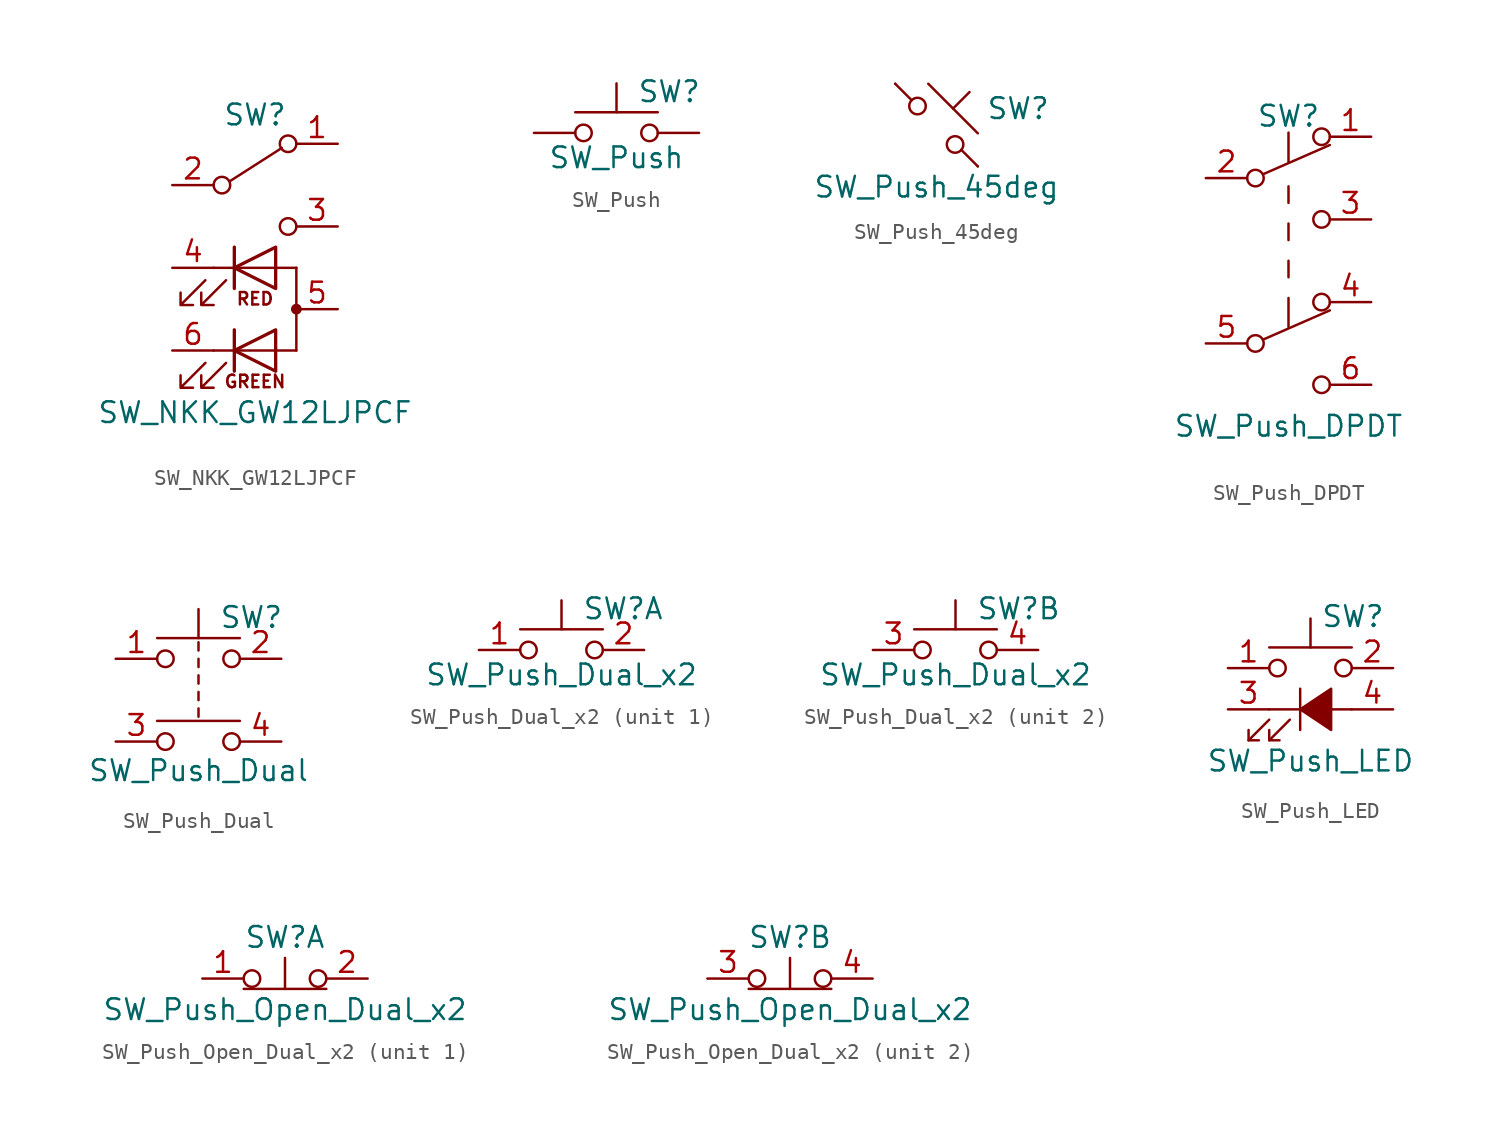
<source format=kicad_sym>
(kicad_symbol_lib
  (version 20201005)
  (generator kicad_symbol_editor)
  (symbol "SW_NKK_GW12LJPCF"
    (pin_names
      (offset 1.016) hide)
    (property "Reference" "SW"
      (at 0 9.398 0)
      (effects (font (size 1.27 1.27))))
    (property "Value" "SW_NKK_GW12LJPCF"
      (at 0 -8.89 0)
      (effects (font (size 1.27 1.27))))
    (symbol "SW_NKK_GW12LJPCF_0_0"
      (circle (center -2.032 5.08) (radius 0.508) (stroke (width 0)) (fill (type none)))
      (circle (center 2.032 2.54) (radius 0.508) (stroke (width 0)) (fill (type none)))
      (text "GREEN" (at 0 -6.985 0) (effects (font (size 0.762 0.762))))
      (text "RED" (at 0 -1.905 0) (effects (font (size 0.762 0.762))))
      (polyline (pts (xy -2.54 -5.08) (xy 2.54 -5.08)) (stroke (width 0)) (fill (type none)))
      (polyline (pts (xy -2.54 0) (xy 2.54 0)) (stroke (width 0)) (fill (type none))))
    (symbol "SW_NKK_GW12LJPCF_0_1"
      (circle (center 2.032 7.62) (radius 0.508) (stroke (width 0)) (fill (type none)))
      (circle (center 2.54 -2.54) (radius 0.254) (stroke (width 0)) (fill (type outline)))
      (polyline (pts (xy -1.524 5.334) (xy 1.651 7.366)) (stroke (width 0)) (fill (type none)))
      (polyline (pts (xy -1.27 -6.35) (xy -1.27 -3.81)) (stroke (width 0.203)) (fill (type none)))
      (polyline (pts (xy -1.27 -1.27) (xy -1.27 1.27)) (stroke (width 0.203)) (fill (type none)))
      (polyline (pts (xy 2.54 0) (xy 2.54 -5.08)) (stroke (width 0)) (fill (type none)))
      (polyline (pts (xy 1.27 -6.35) (xy 1.27 -3.81) (xy -1.27 -5.08) (xy 1.27 -6.35)) (stroke (width 0.203)) (fill (type none)))
      (polyline (pts (xy 1.27 -1.27) (xy 1.27 1.27) (xy -1.27 0) (xy 1.27 -1.27)) (stroke (width 0.203)) (fill (type none)))
      (polyline (pts (xy -3.048 -5.842) (xy -4.572 -7.366) (xy -3.81 -7.366) (xy -4.572 -7.366) (xy -4.572 -6.604)) (stroke (width 0)) (fill (type none)))
      (polyline (pts (xy -3.048 -0.762) (xy -4.572 -2.286) (xy -3.81 -2.286) (xy -4.572 -2.286) (xy -4.572 -1.524)) (stroke (width 0)) (fill (type none)))
      (polyline (pts (xy -1.778 -5.842) (xy -3.302 -7.366) (xy -2.54 -7.366) (xy -3.302 -7.366) (xy -3.302 -6.604)) (stroke (width 0)) (fill (type none)))
      (polyline (pts (xy -1.778 -0.762) (xy -3.302 -2.286) (xy -2.54 -2.286) (xy -3.302 -2.286) (xy -3.302 -1.524)) (stroke (width 0)) (fill (type none)))
      (pin passive line (at -5.08 0 0) (length 2.54) (name "KR" (effects (font (size 1.27 1.27)))) (number "4" (effects (font (size 1.27 1.27)))))
      (pin passive line (at 5.08 -2.54 180) (length 2.54) (name "A" (effects (font (size 1.27 1.27)))) (number "5" (effects (font (size 1.27 1.27)))))
      (pin passive line (at -5.08 -5.08 0) (length 2.54) (name "KG" (effects (font (size 1.27 1.27)))) (number "6" (effects (font (size 1.27 1.27))))))
    (symbol "SW_NKK_GW12LJPCF_1_1"
      (pin passive line (at 5.08 7.62 180) (length 2.54) (name "A" (effects (font (size 1.27 1.27)))) (number "1" (effects (font (size 1.27 1.27)))))
      (pin passive line (at -5.08 5.08 0) (length 2.54) (name "B" (effects (font (size 1.27 1.27)))) (number "2" (effects (font (size 1.27 1.27)))))
      (pin passive line (at 5.08 2.54 180) (length 2.54) (name "C" (effects (font (size 1.27 1.27)))) (number "3" (effects (font (size 1.27 1.27)))))))
  (symbol "SW_Push"
    (pin_numbers hide)
    (pin_names
      (offset 1.016) hide)
    (property "Reference" "SW"
      (at 1.27 2.54 0)
      (effects (font (size 1.27 1.27)) (justify left)))
    (property "Value" "SW_Push"
      (at 0 -1.524 0)
      (effects (font (size 1.27 1.27))))
    (symbol "SW_Push_0_1"
      (circle (center -2.032 0) (radius 0.508) (stroke (width 0)) (fill (type none)))
      (circle (center 2.032 0) (radius 0.508) (stroke (width 0)) (fill (type none)))
      (polyline (pts (xy 0 1.27) (xy 0 3.048)) (stroke (width 0)) (fill (type none)))
      (polyline (pts (xy 2.54 1.27) (xy -2.54 1.27)) (stroke (width 0)) (fill (type none)))
      (pin passive line (at -5.08 0 0) (length 2.54) (name "1" (effects (font (size 1.27 1.27)))) (number "1" (effects (font (size 1.27 1.27)))))
      (pin passive line (at 5.08 0 180) (length 2.54) (name "2" (effects (font (size 1.27 1.27)))) (number "2" (effects (font (size 1.27 1.27)))))))
  (symbol "SW_Push_45deg"
    (pin_numbers hide)
    (pin_names
      (offset 1.016) hide)
    (property "Reference" "SW"
      (at 3.048 1.016 0)
      (effects (font (size 1.27 1.27)) (justify left)))
    (property "Value" "SW_Push_45deg"
      (at 0 -3.81 0)
      (effects (font (size 1.27 1.27))))
    (symbol "SW_Push_45deg_0_1"
      (circle (center -1.168 1.168) (radius 0.508) (stroke (width 0)) (fill (type none)))
      (circle (center 1.143 -1.194) (radius 0.508) (stroke (width 0)) (fill (type none)))
      (polyline (pts (xy -0.508 2.54) (xy 2.54 -0.508)) (stroke (width 0)) (fill (type none)))
      (polyline (pts (xy 1.016 1.016) (xy 2.032 2.032)) (stroke (width 0)) (fill (type none)))
      (polyline (pts (xy -2.54 2.54) (xy -1.524 1.524) (xy -1.524 1.524)) (stroke (width 0)) (fill (type none)))
      (polyline (pts (xy 1.524 -1.524) (xy 2.54 -2.54) (xy 2.54 -2.54) (xy 2.54 -2.54)) (stroke (width 0)) (fill (type none)))
      (pin passive line (at -2.54 2.54 0) (length 0) (name "1" (effects (font (size 1.27 1.27)))) (number "1" (effects (font (size 1.27 1.27)))))
      (pin passive line (at 2.54 -2.54 180) (length 0) (name "2" (effects (font (size 1.27 1.27)))) (number "2" (effects (font (size 1.27 1.27)))))))
  (symbol "SW_Push_DPDT"
    (pin_names
      (offset 0) hide)
    (property "Reference" "SW"
      (at 0 8.89 0)
      (effects (font (size 1.27 1.27))))
    (property "Value" "SW_Push_DPDT"
      (at 0 -10.16 0)
      (effects (font (size 1.27 1.27))))
    (symbol "SW_Push_DPDT_0_0"
      (circle (center -2.032 -5.08) (radius 0.508) (stroke (width 0)) (fill (type none)))
      (circle (center -2.032 5.08) (radius 0.508) (stroke (width 0)) (fill (type none)))
      (circle (center 2.032 -7.62) (radius 0.508) (stroke (width 0)) (fill (type none)))
      (circle (center 2.032 2.54) (radius 0.508) (stroke (width 0)) (fill (type none))))
    (symbol "SW_Push_DPDT_0_1"
      (circle (center 2.032 -2.54) (radius 0.508) (stroke (width 0)) (fill (type none)))
      (circle (center 2.032 7.62) (radius 0.508) (stroke (width 0)) (fill (type none)))
      (polyline (pts (xy -1.524 -4.826) (xy 2.54 -3.048)) (stroke (width 0)) (fill (type none)))
      (polyline (pts (xy -1.524 5.334) (xy 2.54 7.112)) (stroke (width 0)) (fill (type none)))
      (polyline (pts (xy 0 -2.286) (xy 0 -4.064)) (stroke (width 0)) (fill (type none)))
      (polyline (pts (xy 0 -1.016) (xy 0 0)) (stroke (width 0)) (fill (type none)))
      (polyline (pts (xy 0 1.27) (xy 0 2.286)) (stroke (width 0)) (fill (type none)))
      (polyline (pts (xy 0 3.556) (xy 0 4.572)) (stroke (width 0)) (fill (type none)))
      (polyline (pts (xy 0 7.874) (xy 0 6.096)) (stroke (width 0)) (fill (type none))))
    (symbol "SW_Push_DPDT_1_1"
      (pin passive line (at 5.08 7.62 180) (length 2.54) (name "A" (effects (font (size 1.27 1.27)))) (number "1" (effects (font (size 1.27 1.27)))))
      (pin passive line (at -5.08 5.08 0) (length 2.54) (name "B" (effects (font (size 1.27 1.27)))) (number "2" (effects (font (size 1.27 1.27)))))
      (pin passive line (at 5.08 2.54 180) (length 2.54) (name "C" (effects (font (size 1.27 1.27)))) (number "3" (effects (font (size 1.27 1.27)))))
      (pin passive line (at 5.08 -2.54 180) (length 2.54) (name "A" (effects (font (size 1.27 1.27)))) (number "4" (effects (font (size 1.27 1.27)))))
      (pin passive line (at -5.08 -5.08 0) (length 2.54) (name "B" (effects (font (size 1.27 1.27)))) (number "5" (effects (font (size 1.27 1.27)))))
      (pin passive line (at 5.08 -7.62 180) (length 2.54) (name "C" (effects (font (size 1.27 1.27)))) (number "6" (effects (font (size 1.27 1.27)))))))
  (symbol "SW_Push_Dual"
    (pin_names
      (offset 1.016) hide)
    (property "Reference" "SW"
      (at 1.27 2.54 0)
      (effects (font (size 1.27 1.27)) (justify left)))
    (property "Value" "SW_Push_Dual"
      (at 0 -6.858 0)
      (effects (font (size 1.27 1.27))))
    (symbol "SW_Push_Dual_0_1"
      (circle (center -2.032 -5.08) (radius 0.508) (stroke (width 0)) (fill (type none)))
      (circle (center -2.032 0) (radius 0.508) (stroke (width 0)) (fill (type none)))
      (circle (center 2.032 -5.08) (radius 0.508) (stroke (width 0)) (fill (type none)))
      (circle (center 2.032 0) (radius 0.508) (stroke (width 0)) (fill (type none)))
      (polyline (pts (xy 0 -3.048) (xy 0 -3.556)) (stroke (width 0)) (fill (type none)))
      (polyline (pts (xy 0 -2.032) (xy 0 -2.54)) (stroke (width 0)) (fill (type none)))
      (polyline (pts (xy 0 -1.524) (xy 0 -1.016)) (stroke (width 0)) (fill (type none)))
      (polyline (pts (xy 0 -0.508) (xy 0 0)) (stroke (width 0)) (fill (type none)))
      (polyline (pts (xy 0 0.508) (xy 0 1.016)) (stroke (width 0)) (fill (type none)))
      (polyline (pts (xy 0 1.27) (xy 0 3.048)) (stroke (width 0)) (fill (type none)))
      (polyline (pts (xy 2.54 -3.81) (xy -2.54 -3.81)) (stroke (width 0)) (fill (type none)))
      (polyline (pts (xy 2.54 1.27) (xy -2.54 1.27)) (stroke (width 0)) (fill (type none)))
      (pin passive line (at -5.08 0 0) (length 2.54) (name "1" (effects (font (size 1.27 1.27)))) (number "1" (effects (font (size 1.27 1.27)))))
      (pin passive line (at 5.08 0 180) (length 2.54) (name "2" (effects (font (size 1.27 1.27)))) (number "2" (effects (font (size 1.27 1.27)))))
      (pin passive line (at -5.08 -5.08 0) (length 2.54) (name "3" (effects (font (size 1.27 1.27)))) (number "3" (effects (font (size 1.27 1.27)))))
      (pin passive line (at 5.08 -5.08 180) (length 2.54) (name "4" (effects (font (size 1.27 1.27)))) (number "4" (effects (font (size 1.27 1.27)))))))
  (symbol "SW_Push_Dual_x2"
    (pin_names
      (offset 1.016) hide)
    (property "Reference" "SW"
      (at 1.27 2.54 0)
      (effects (font (size 1.27 1.27)) (justify left)))
    (property "Value" "SW_Push_Dual_x2"
      (at 0 -1.524 0)
      (effects (font (size 1.27 1.27))))
    (symbol "SW_Push_Dual_x2_0_1"
      (circle (center -2.032 0) (radius 0.508) (stroke (width 0)) (fill (type none)))
      (circle (center 2.032 0) (radius 0.508) (stroke (width 0)) (fill (type none)))
      (polyline (pts (xy 0 1.27) (xy 0 3.048)) (stroke (width 0)) (fill (type none)))
      (polyline (pts (xy 2.54 1.27) (xy -2.54 1.27)) (stroke (width 0)) (fill (type none))))
    (symbol "SW_Push_Dual_x2_1_1"
      (pin passive line (at -5.08 0 0) (length 2.54) (name "C" (effects (font (size 1.27 1.27)))) (number "1" (effects (font (size 1.27 1.27)))))
      (pin passive line (at 5.08 0 180) (length 2.54) (name "D" (effects (font (size 1.27 1.27)))) (number "2" (effects (font (size 1.27 1.27))))))
    (symbol "SW_Push_Dual_x2_2_1"
      (pin passive line (at -5.08 0 0) (length 2.54) (name "C" (effects (font (size 1.27 1.27)))) (number "3" (effects (font (size 1.27 1.27)))))
      (pin passive line (at 5.08 0 180) (length 2.54) (name "D" (effects (font (size 1.27 1.27)))) (number "4" (effects (font (size 1.27 1.27)))))))
  (symbol "SW_Push_LED"
    (pin_names
      (offset 1.016) hide)
    (property "Reference" "SW"
      (at 0.635 5.715 0)
      (effects (font (size 1.27 1.27)) (justify left)))
    (property "Value" "SW_Push_LED"
      (at 0 -3.175 0)
      (effects (font (size 1.27 1.27))))
    (symbol "SW_Push_LED_0_0"
      (polyline (pts (xy -3.81 -1.905) (xy -2.54 -0.635)) (stroke (width 0)) (fill (type none)))
      (polyline (pts (xy -2.54 -1.905) (xy -1.27 -0.635)) (stroke (width 0)) (fill (type none)))
      (polyline (pts (xy -2.54 0) (xy 2.54 0)) (stroke (width 0)) (fill (type none)))
      (polyline (pts (xy -0.635 1.27) (xy -0.635 -1.27)) (stroke (width 0)) (fill (type none)))
      (polyline (pts (xy -3.81 -1.27) (xy -3.81 -1.905) (xy -3.175 -1.905)) (stroke (width 0)) (fill (type none)))
      (polyline (pts (xy -2.54 -1.27) (xy -2.54 -1.905) (xy -1.905 -1.905)) (stroke (width 0)) (fill (type none)))
      (polyline (pts (xy -0.635 0) (xy 1.27 1.27) (xy 1.27 -1.27) (xy -0.635 0)) (stroke (width 0)) (fill (type outline))))
    (symbol "SW_Push_LED_0_1"
      (circle (center -2.032 2.54) (radius 0.508) (stroke (width 0)) (fill (type none)))
      (circle (center 2.032 2.54) (radius 0.508) (stroke (width 0)) (fill (type none)))
      (polyline (pts (xy 0 3.81) (xy 0 5.588)) (stroke (width 0)) (fill (type none)))
      (polyline (pts (xy 2.54 3.81) (xy -2.54 3.81)) (stroke (width 0)) (fill (type none)))
      (pin passive line (at -5.08 2.54 0) (length 2.54) (name "1" (effects (font (size 1.27 1.27)))) (number "1" (effects (font (size 1.27 1.27)))))
      (pin passive line (at 5.08 2.54 180) (length 2.54) (name "2" (effects (font (size 1.27 1.27)))) (number "2" (effects (font (size 1.27 1.27)))))
      (pin passive line (at -5.08 0 0) (length 2.54) (name "K" (effects (font (size 1.27 1.27)))) (number "3" (effects (font (size 1.27 1.27)))))
      (pin passive line (at 5.08 0 180) (length 2.54) (name "A" (effects (font (size 1.27 1.27)))) (number "4" (effects (font (size 1.27 1.27)))))))
  (symbol "SW_Push_Open_Dual_x2"
    (pin_names
      (offset 1.016) hide)
    (property "Reference" "SW"
      (at 0 2.54 0)
      (effects (font (size 1.27 1.27))))
    (property "Value" "SW_Push_Open_Dual_x2"
      (at 0 -1.905 0)
      (effects (font (size 1.27 1.27))))
    (symbol "SW_Push_Open_Dual_x2_0_1"
      (circle (center -2.032 0) (radius 0.508) (stroke (width 0)) (fill (type none)))
      (circle (center 2.032 0) (radius 0.508) (stroke (width 0)) (fill (type none)))
      (polyline (pts (xy -2.54 -0.635) (xy 2.54 -0.635)) (stroke (width 0)) (fill (type none)))
      (polyline (pts (xy 0 -0.635) (xy 0 1.27)) (stroke (width 0)) (fill (type none))))
    (symbol "SW_Push_Open_Dual_x2_1_1"
      (pin passive line (at -5.08 0 0) (length 2.54) (name "1" (effects (font (size 1.27 1.27)))) (number "1" (effects (font (size 1.27 1.27)))))
      (pin passive line (at 5.08 0 180) (length 2.54) (name "2" (effects (font (size 1.27 1.27)))) (number "2" (effects (font (size 1.27 1.27))))))
    (symbol "SW_Push_Open_Dual_x2_2_1"
      (pin passive line (at -5.08 0 0) (length 2.54) (name "1" (effects (font (size 1.27 1.27)))) (number "3" (effects (font (size 1.27 1.27)))))
      (pin passive line (at 5.08 0 180) (length 2.54) (name "2" (effects (font (size 1.27 1.27)))) (number "4" (effects (font (size 1.27 1.27))))))))
</source>
